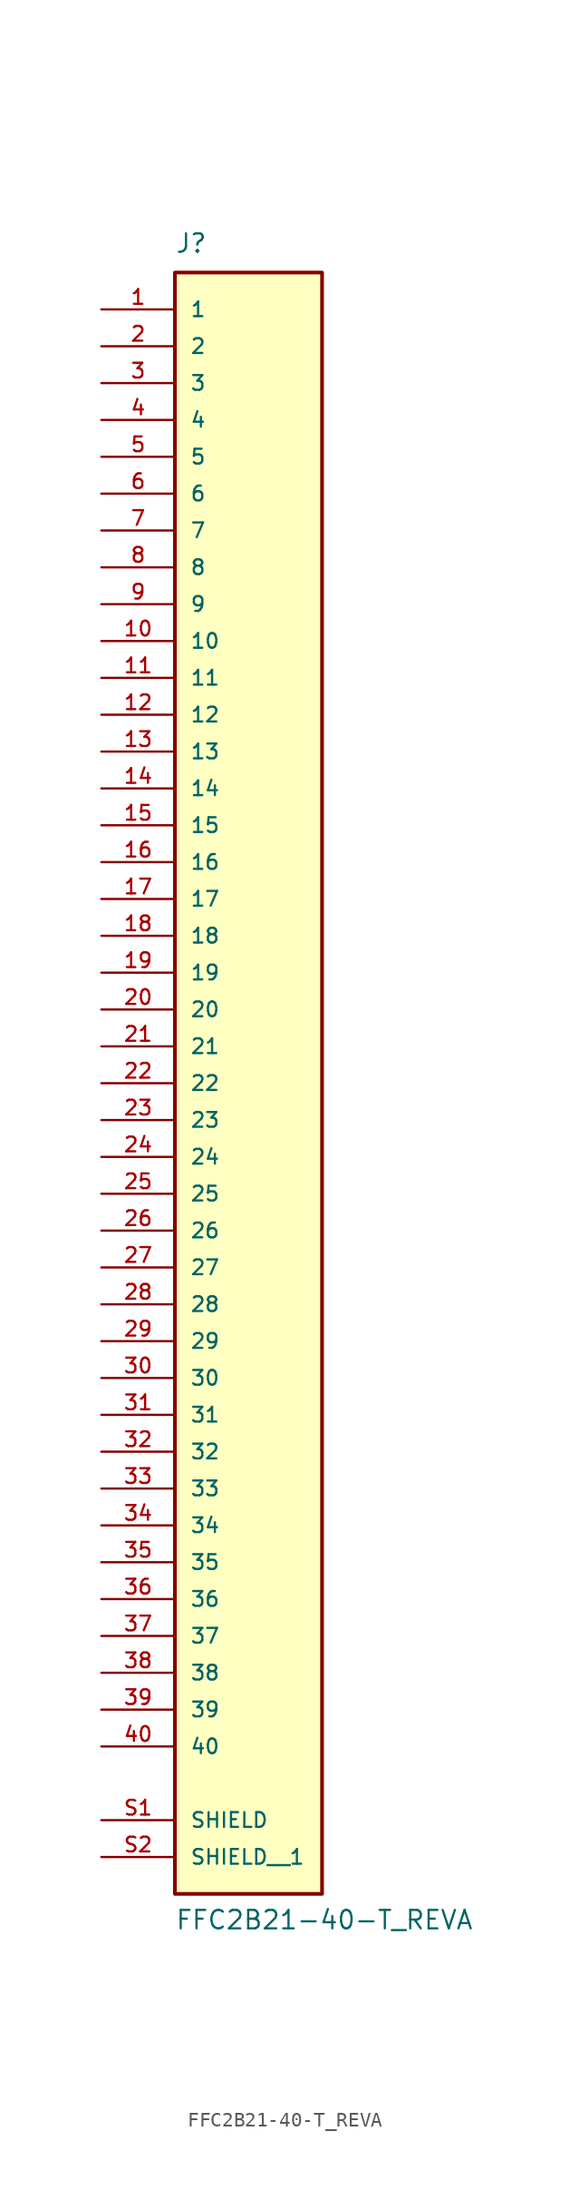
<source format=kicad_sym>
(kicad_symbol_lib
  (version 20211014)
  (generator kicad_symbol_editor)
  (symbol "FFC2B21-40-T_REVA"
    (pin_names
      (offset 1.016))
    (property "Reference" "J"
      (at -5.08 54.61 0)
      (effects (font (size 1.27 1.27)) (justify bottom left)))
    (property "Value" "FFC2B21-40-T_REVA"
      (at -5.08 -60.96 0)
      (effects (font (size 1.27 1.27)) (justify bottom left)))
    (symbol "FFC2B21-40-T_REVA_0_0"
      (rectangle (start -5.08 -58.42) (end 5.08 53.34) (stroke (width 0.254)) (fill (type background)))
      (pin passive line (at -10.16 50.8 0) (length 5.08) (name "1" (effects (font (size 1.016 1.016)))) (number "1" (effects (font (size 1.016 1.016)))))
      (pin passive line (at -10.16 48.26 0) (length 5.08) (name "2" (effects (font (size 1.016 1.016)))) (number "2" (effects (font (size 1.016 1.016)))))
      (pin passive line (at -10.16 45.72 0) (length 5.08) (name "3" (effects (font (size 1.016 1.016)))) (number "3" (effects (font (size 1.016 1.016)))))
      (pin passive line (at -10.16 43.18 0) (length 5.08) (name "4" (effects (font (size 1.016 1.016)))) (number "4" (effects (font (size 1.016 1.016)))))
      (pin passive line (at -10.16 40.64 0) (length 5.08) (name "5" (effects (font (size 1.016 1.016)))) (number "5" (effects (font (size 1.016 1.016)))))
      (pin passive line (at -10.16 38.1 0) (length 5.08) (name "6" (effects (font (size 1.016 1.016)))) (number "6" (effects (font (size 1.016 1.016)))))
      (pin passive line (at -10.16 35.56 0) (length 5.08) (name "7" (effects (font (size 1.016 1.016)))) (number "7" (effects (font (size 1.016 1.016)))))
      (pin passive line (at -10.16 33.02 0) (length 5.08) (name "8" (effects (font (size 1.016 1.016)))) (number "8" (effects (font (size 1.016 1.016)))))
      (pin passive line (at -10.16 30.48 0) (length 5.08) (name "9" (effects (font (size 1.016 1.016)))) (number "9" (effects (font (size 1.016 1.016)))))
      (pin passive line (at -10.16 27.94 0) (length 5.08) (name "10" (effects (font (size 1.016 1.016)))) (number "10" (effects (font (size 1.016 1.016)))))
      (pin passive line (at -10.16 25.4 0) (length 5.08) (name "11" (effects (font (size 1.016 1.016)))) (number "11" (effects (font (size 1.016 1.016)))))
      (pin passive line (at -10.16 22.86 0) (length 5.08) (name "12" (effects (font (size 1.016 1.016)))) (number "12" (effects (font (size 1.016 1.016)))))
      (pin passive line (at -10.16 20.32 0) (length 5.08) (name "13" (effects (font (size 1.016 1.016)))) (number "13" (effects (font (size 1.016 1.016)))))
      (pin passive line (at -10.16 17.78 0) (length 5.08) (name "14" (effects (font (size 1.016 1.016)))) (number "14" (effects (font (size 1.016 1.016)))))
      (pin passive line (at -10.16 15.24 0) (length 5.08) (name "15" (effects (font (size 1.016 1.016)))) (number "15" (effects (font (size 1.016 1.016)))))
      (pin passive line (at -10.16 12.7 0) (length 5.08) (name "16" (effects (font (size 1.016 1.016)))) (number "16" (effects (font (size 1.016 1.016)))))
      (pin passive line (at -10.16 10.16 0) (length 5.08) (name "17" (effects (font (size 1.016 1.016)))) (number "17" (effects (font (size 1.016 1.016)))))
      (pin passive line (at -10.16 7.62 0) (length 5.08) (name "18" (effects (font (size 1.016 1.016)))) (number "18" (effects (font (size 1.016 1.016)))))
      (pin passive line (at -10.16 5.08 0) (length 5.08) (name "19" (effects (font (size 1.016 1.016)))) (number "19" (effects (font (size 1.016 1.016)))))
      (pin passive line (at -10.16 2.54 0) (length 5.08) (name "20" (effects (font (size 1.016 1.016)))) (number "20" (effects (font (size 1.016 1.016)))))
      (pin passive line (at -10.16 0.0 0) (length 5.08) (name "21" (effects (font (size 1.016 1.016)))) (number "21" (effects (font (size 1.016 1.016)))))
      (pin passive line (at -10.16 -2.54 0) (length 5.08) (name "22" (effects (font (size 1.016 1.016)))) (number "22" (effects (font (size 1.016 1.016)))))
      (pin passive line (at -10.16 -5.08 0) (length 5.08) (name "23" (effects (font (size 1.016 1.016)))) (number "23" (effects (font (size 1.016 1.016)))))
      (pin passive line (at -10.16 -7.62 0) (length 5.08) (name "24" (effects (font (size 1.016 1.016)))) (number "24" (effects (font (size 1.016 1.016)))))
      (pin passive line (at -10.16 -10.16 0) (length 5.08) (name "25" (effects (font (size 1.016 1.016)))) (number "25" (effects (font (size 1.016 1.016)))))
      (pin passive line (at -10.16 -12.7 0) (length 5.08) (name "26" (effects (font (size 1.016 1.016)))) (number "26" (effects (font (size 1.016 1.016)))))
      (pin passive line (at -10.16 -15.24 0) (length 5.08) (name "27" (effects (font (size 1.016 1.016)))) (number "27" (effects (font (size 1.016 1.016)))))
      (pin passive line (at -10.16 -17.78 0) (length 5.08) (name "28" (effects (font (size 1.016 1.016)))) (number "28" (effects (font (size 1.016 1.016)))))
      (pin passive line (at -10.16 -20.32 0) (length 5.08) (name "29" (effects (font (size 1.016 1.016)))) (number "29" (effects (font (size 1.016 1.016)))))
      (pin passive line (at -10.16 -22.86 0) (length 5.08) (name "30" (effects (font (size 1.016 1.016)))) (number "30" (effects (font (size 1.016 1.016)))))
      (pin passive line (at -10.16 -25.4 0) (length 5.08) (name "31" (effects (font (size 1.016 1.016)))) (number "31" (effects (font (size 1.016 1.016)))))
      (pin passive line (at -10.16 -27.94 0) (length 5.08) (name "32" (effects (font (size 1.016 1.016)))) (number "32" (effects (font (size 1.016 1.016)))))
      (pin passive line (at -10.16 -30.48 0) (length 5.08) (name "33" (effects (font (size 1.016 1.016)))) (number "33" (effects (font (size 1.016 1.016)))))
      (pin passive line (at -10.16 -33.02 0) (length 5.08) (name "34" (effects (font (size 1.016 1.016)))) (number "34" (effects (font (size 1.016 1.016)))))
      (pin passive line (at -10.16 -35.56 0) (length 5.08) (name "35" (effects (font (size 1.016 1.016)))) (number "35" (effects (font (size 1.016 1.016)))))
      (pin passive line (at -10.16 -38.1 0) (length 5.08) (name "36" (effects (font (size 1.016 1.016)))) (number "36" (effects (font (size 1.016 1.016)))))
      (pin passive line (at -10.16 -40.64 0) (length 5.08) (name "37" (effects (font (size 1.016 1.016)))) (number "37" (effects (font (size 1.016 1.016)))))
      (pin passive line (at -10.16 -43.18 0) (length 5.08) (name "38" (effects (font (size 1.016 1.016)))) (number "38" (effects (font (size 1.016 1.016)))))
      (pin passive line (at -10.16 -45.72 0) (length 5.08) (name "39" (effects (font (size 1.016 1.016)))) (number "39" (effects (font (size 1.016 1.016)))))
      (pin passive line (at -10.16 -48.26 0) (length 5.08) (name "40" (effects (font (size 1.016 1.016)))) (number "40" (effects (font (size 1.016 1.016)))))
      (pin passive line (at -10.16 -53.34 0) (length 5.08) (name "SHIELD" (effects (font (size 1.016 1.016)))) (number "S1" (effects (font (size 1.016 1.016)))))
      (pin passive line (at -10.16 -55.88 0) (length 5.08) (name "SHIELD__1" (effects (font (size 1.016 1.016)))) (number "S2" (effects (font (size 1.016 1.016))))))))
</source>
